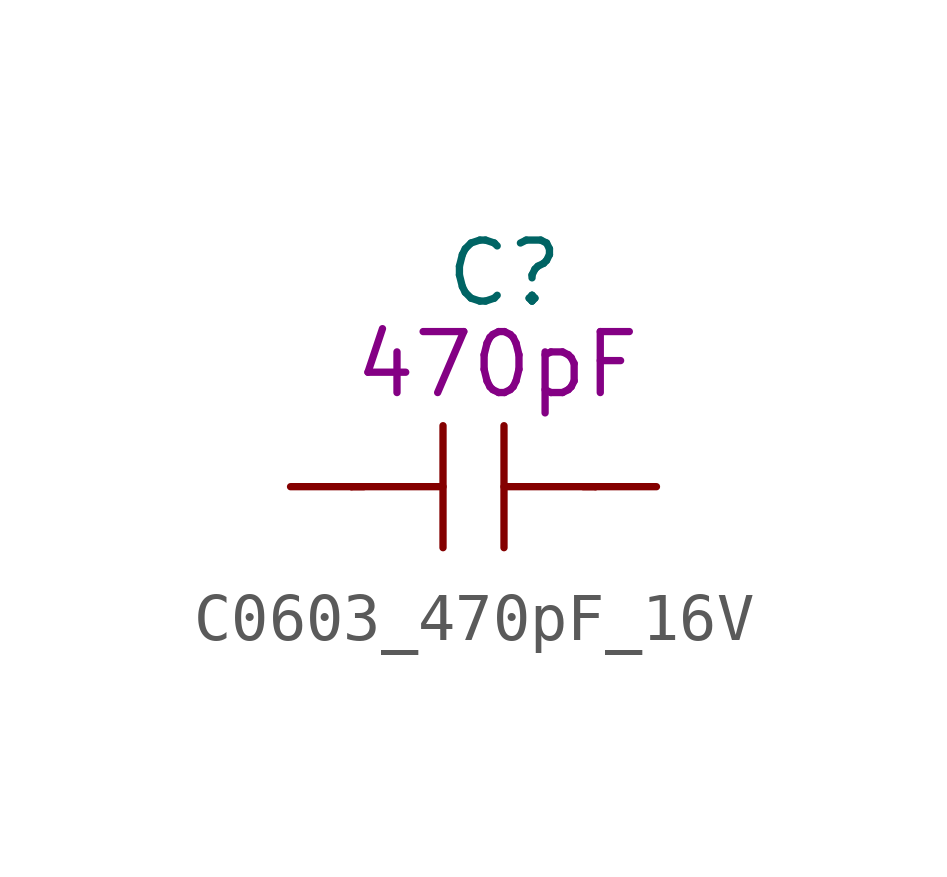
<source format=kicad_sym>
(kicad_symbol_lib
  (version 20211014)
  (generator kicad_symbol_editor)
  (symbol "C0603_470pF_16V"
    (pin_numbers hide)
    (pin_names
      (offset 1.016))
    (property "Reference" "C"
      (at -0.635 4.445 0)
      (effects (font (size 1.27 1.27)) (justify left)))
    (property "Symbol" "470pF"
      (at -2.54 2.54 0)
      (effects (font (size 1.27 1.27)) (justify left)))
    (symbol "C0603_470pF_16V_1_1"
      (polyline (pts (xy -2.54 0) (xy -0.635 0)) (stroke (width 0) (type default) (color 0 0 0 0)) (fill (type none)))
      (polyline (pts (xy -2.286 0) (xy -2.54 0)) (stroke (width 0) (type default) (color 0 0 0 0)) (fill (type none)))
      (polyline (pts (xy -0.635 1.27) (xy -0.635 -1.27)) (stroke (width 0) (type default) (color 0 0 0 0)) (fill (type none)))
      (polyline (pts (xy 0.635 0) (xy 2.54 0)) (stroke (width 0) (type default) (color 0 0 0 0)) (fill (type none)))
      (polyline (pts (xy 0.635 1.27) (xy 0.635 -1.27)) (stroke (width 0) (type default) (color 0 0 0 0)) (fill (type none)))
      (polyline (pts (xy 2.286 0) (xy 2.54 0)) (stroke (width 0) (type default) (color 0 0 0 0)) (fill (type none)))
      (pin passive line (at -3.81 0 0) (length 1.27) (name "~" (effects (font (size 1.27 1.27)))) (number "1" (effects (font (size 1.27 1.27)))))
      (pin passive line (at 3.81 0 180) (length 1.27) (name "~" (effects (font (size 1.27 1.27)))) (number "2" (effects (font (size 1.27 1.27))))))))
</source>
